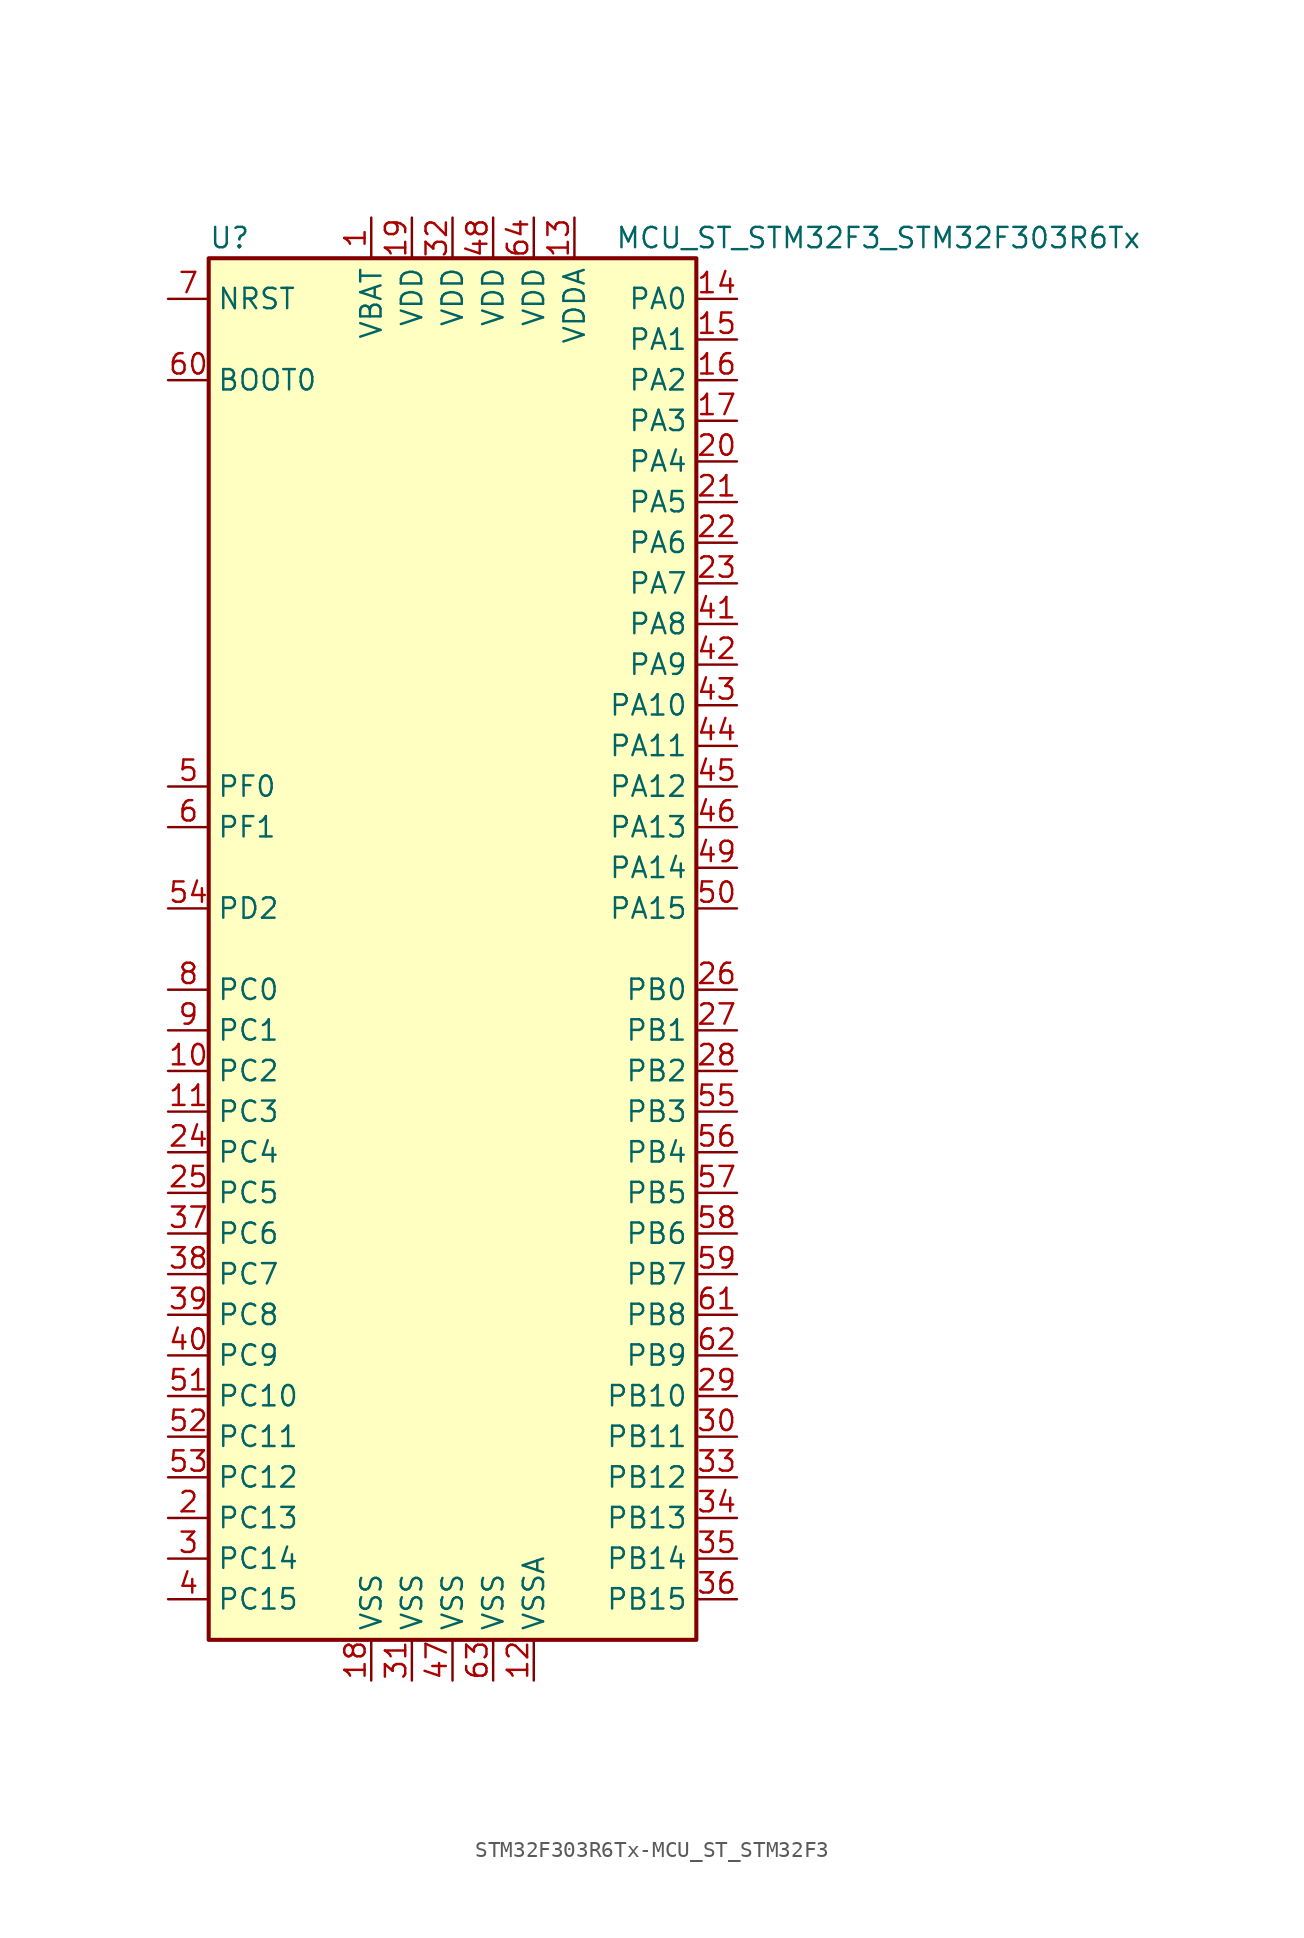
<source format=kicad_sym>
(kicad_symbol_lib
  (version 20231120)
  (generator "kicad_symbol_editor")
  (generator_version "8.0")
  (symbol "STM32F303R6Tx-MCU_ST_STM32F3"
    (property "Reference" "U"
      (at -15.24 44.45 0)
      (effects (font (size 1.27 1.27)) (justify left)))
    (property "Value" "MCU_ST_STM32F3_STM32F303R6Tx"
      (at 10.16 44.45 0)
      (effects (font (size 1.27 1.27)) (justify left)))
    (symbol "STM32F303R6Tx-MCU_ST_STM32F3_0_1"
      (rectangle (start -15.24 -43.18) (end 15.24 43.18) (stroke (width 0.254) (type solid)) (fill (type background))))
    (symbol "STM32F303R6Tx-MCU_ST_STM32F3_1_1"
      (pin power_in line (at -5.08 45.72 270) (length 2.54) (name "VBAT" (effects (font (size 1.27 1.27)))) (number "1" (effects (font (size 1.27 1.27)))))
      (pin bidirectional line (at -17.78 -7.62 0) (length 2.54) (name "PC2" (effects (font (size 1.27 1.27)))) (number "10" (effects (font (size 1.27 1.27)))))
      (pin bidirectional line (at -17.78 -10.16 0) (length 2.54) (name "PC3" (effects (font (size 1.27 1.27)))) (number "11" (effects (font (size 1.27 1.27)))))
      (pin power_in line (at 5.08 -45.72 90) (length 2.54) (name "VSSA" (effects (font (size 1.27 1.27)))) (number "12" (effects (font (size 1.27 1.27)))))
      (pin power_in line (at 7.62 45.72 270) (length 2.54) (name "VDDA" (effects (font (size 1.27 1.27)))) (number "13" (effects (font (size 1.27 1.27)))))
      (pin bidirectional line (at 17.78 40.64 180) (length 2.54) (name "PA0" (effects (font (size 1.27 1.27)))) (number "14" (effects (font (size 1.27 1.27)))))
      (pin bidirectional line (at 17.78 38.1 180) (length 2.54) (name "PA1" (effects (font (size 1.27 1.27)))) (number "15" (effects (font (size 1.27 1.27)))))
      (pin bidirectional line (at 17.78 35.56 180) (length 2.54) (name "PA2" (effects (font (size 1.27 1.27)))) (number "16" (effects (font (size 1.27 1.27)))))
      (pin bidirectional line (at 17.78 33.02 180) (length 2.54) (name "PA3" (effects (font (size 1.27 1.27)))) (number "17" (effects (font (size 1.27 1.27)))))
      (pin power_in line (at -5.08 -45.72 90) (length 2.54) (name "VSS" (effects (font (size 1.27 1.27)))) (number "18" (effects (font (size 1.27 1.27)))))
      (pin power_in line (at -2.54 45.72 270) (length 2.54) (name "VDD" (effects (font (size 1.27 1.27)))) (number "19" (effects (font (size 1.27 1.27)))))
      (pin bidirectional line (at -17.78 -35.56 0) (length 2.54) (name "PC13" (effects (font (size 1.27 1.27)))) (number "2" (effects (font (size 1.27 1.27)))))
      (pin bidirectional line (at 17.78 30.48 180) (length 2.54) (name "PA4" (effects (font (size 1.27 1.27)))) (number "20" (effects (font (size 1.27 1.27)))))
      (pin bidirectional line (at 17.78 27.94 180) (length 2.54) (name "PA5" (effects (font (size 1.27 1.27)))) (number "21" (effects (font (size 1.27 1.27)))))
      (pin bidirectional line (at 17.78 25.4 180) (length 2.54) (name "PA6" (effects (font (size 1.27 1.27)))) (number "22" (effects (font (size 1.27 1.27)))))
      (pin bidirectional line (at 17.78 22.86 180) (length 2.54) (name "PA7" (effects (font (size 1.27 1.27)))) (number "23" (effects (font (size 1.27 1.27)))))
      (pin bidirectional line (at -17.78 -12.7 0) (length 2.54) (name "PC4" (effects (font (size 1.27 1.27)))) (number "24" (effects (font (size 1.27 1.27)))))
      (pin bidirectional line (at -17.78 -15.24 0) (length 2.54) (name "PC5" (effects (font (size 1.27 1.27)))) (number "25" (effects (font (size 1.27 1.27)))))
      (pin bidirectional line (at 17.78 -2.54 180) (length 2.54) (name "PB0" (effects (font (size 1.27 1.27)))) (number "26" (effects (font (size 1.27 1.27)))))
      (pin bidirectional line (at 17.78 -5.08 180) (length 2.54) (name "PB1" (effects (font (size 1.27 1.27)))) (number "27" (effects (font (size 1.27 1.27)))))
      (pin bidirectional line (at 17.78 -7.62 180) (length 2.54) (name "PB2" (effects (font (size 1.27 1.27)))) (number "28" (effects (font (size 1.27 1.27)))))
      (pin bidirectional line (at 17.78 -27.94 180) (length 2.54) (name "PB10" (effects (font (size 1.27 1.27)))) (number "29" (effects (font (size 1.27 1.27)))))
      (pin bidirectional line (at -17.78 -38.1 0) (length 2.54) (name "PC14" (effects (font (size 1.27 1.27)))) (number "3" (effects (font (size 1.27 1.27)))))
      (pin bidirectional line (at 17.78 -30.48 180) (length 2.54) (name "PB11" (effects (font (size 1.27 1.27)))) (number "30" (effects (font (size 1.27 1.27)))))
      (pin power_in line (at -2.54 -45.72 90) (length 2.54) (name "VSS" (effects (font (size 1.27 1.27)))) (number "31" (effects (font (size 1.27 1.27)))))
      (pin power_in line (at 0 45.72 270) (length 2.54) (name "VDD" (effects (font (size 1.27 1.27)))) (number "32" (effects (font (size 1.27 1.27)))))
      (pin bidirectional line (at 17.78 -33.02 180) (length 2.54) (name "PB12" (effects (font (size 1.27 1.27)))) (number "33" (effects (font (size 1.27 1.27)))))
      (pin bidirectional line (at 17.78 -35.56 180) (length 2.54) (name "PB13" (effects (font (size 1.27 1.27)))) (number "34" (effects (font (size 1.27 1.27)))))
      (pin bidirectional line (at 17.78 -38.1 180) (length 2.54) (name "PB14" (effects (font (size 1.27 1.27)))) (number "35" (effects (font (size 1.27 1.27)))))
      (pin bidirectional line (at 17.78 -40.64 180) (length 2.54) (name "PB15" (effects (font (size 1.27 1.27)))) (number "36" (effects (font (size 1.27 1.27)))))
      (pin bidirectional line (at -17.78 -17.78 0) (length 2.54) (name "PC6" (effects (font (size 1.27 1.27)))) (number "37" (effects (font (size 1.27 1.27)))))
      (pin bidirectional line (at -17.78 -20.32 0) (length 2.54) (name "PC7" (effects (font (size 1.27 1.27)))) (number "38" (effects (font (size 1.27 1.27)))))
      (pin bidirectional line (at -17.78 -22.86 0) (length 2.54) (name "PC8" (effects (font (size 1.27 1.27)))) (number "39" (effects (font (size 1.27 1.27)))))
      (pin bidirectional line (at -17.78 -40.64 0) (length 2.54) (name "PC15" (effects (font (size 1.27 1.27)))) (number "4" (effects (font (size 1.27 1.27)))))
      (pin bidirectional line (at -17.78 -25.4 0) (length 2.54) (name "PC9" (effects (font (size 1.27 1.27)))) (number "40" (effects (font (size 1.27 1.27)))))
      (pin bidirectional line (at 17.78 20.32 180) (length 2.54) (name "PA8" (effects (font (size 1.27 1.27)))) (number "41" (effects (font (size 1.27 1.27)))))
      (pin bidirectional line (at 17.78 17.78 180) (length 2.54) (name "PA9" (effects (font (size 1.27 1.27)))) (number "42" (effects (font (size 1.27 1.27)))))
      (pin bidirectional line (at 17.78 15.24 180) (length 2.54) (name "PA10" (effects (font (size 1.27 1.27)))) (number "43" (effects (font (size 1.27 1.27)))))
      (pin bidirectional line (at 17.78 12.7 180) (length 2.54) (name "PA11" (effects (font (size 1.27 1.27)))) (number "44" (effects (font (size 1.27 1.27)))))
      (pin bidirectional line (at 17.78 10.16 180) (length 2.54) (name "PA12" (effects (font (size 1.27 1.27)))) (number "45" (effects (font (size 1.27 1.27)))))
      (pin bidirectional line (at 17.78 7.62 180) (length 2.54) (name "PA13" (effects (font (size 1.27 1.27)))) (number "46" (effects (font (size 1.27 1.27)))))
      (pin power_in line (at 0 -45.72 90) (length 2.54) (name "VSS" (effects (font (size 1.27 1.27)))) (number "47" (effects (font (size 1.27 1.27)))))
      (pin power_in line (at 2.54 45.72 270) (length 2.54) (name "VDD" (effects (font (size 1.27 1.27)))) (number "48" (effects (font (size 1.27 1.27)))))
      (pin bidirectional line (at 17.78 5.08 180) (length 2.54) (name "PA14" (effects (font (size 1.27 1.27)))) (number "49" (effects (font (size 1.27 1.27)))))
      (pin input line (at -17.78 10.16 0) (length 2.54) (name "PF0" (effects (font (size 1.27 1.27)))) (number "5" (effects (font (size 1.27 1.27)))))
      (pin bidirectional line (at 17.78 2.54 180) (length 2.54) (name "PA15" (effects (font (size 1.27 1.27)))) (number "50" (effects (font (size 1.27 1.27)))))
      (pin bidirectional line (at -17.78 -27.94 0) (length 2.54) (name "PC10" (effects (font (size 1.27 1.27)))) (number "51" (effects (font (size 1.27 1.27)))))
      (pin bidirectional line (at -17.78 -30.48 0) (length 2.54) (name "PC11" (effects (font (size 1.27 1.27)))) (number "52" (effects (font (size 1.27 1.27)))))
      (pin bidirectional line (at -17.78 -33.02 0) (length 2.54) (name "PC12" (effects (font (size 1.27 1.27)))) (number "53" (effects (font (size 1.27 1.27)))))
      (pin bidirectional line (at -17.78 2.54 0) (length 2.54) (name "PD2" (effects (font (size 1.27 1.27)))) (number "54" (effects (font (size 1.27 1.27)))))
      (pin bidirectional line (at 17.78 -10.16 180) (length 2.54) (name "PB3" (effects (font (size 1.27 1.27)))) (number "55" (effects (font (size 1.27 1.27)))))
      (pin bidirectional line (at 17.78 -12.7 180) (length 2.54) (name "PB4" (effects (font (size 1.27 1.27)))) (number "56" (effects (font (size 1.27 1.27)))))
      (pin bidirectional line (at 17.78 -15.24 180) (length 2.54) (name "PB5" (effects (font (size 1.27 1.27)))) (number "57" (effects (font (size 1.27 1.27)))))
      (pin bidirectional line (at 17.78 -17.78 180) (length 2.54) (name "PB6" (effects (font (size 1.27 1.27)))) (number "58" (effects (font (size 1.27 1.27)))))
      (pin bidirectional line (at 17.78 -20.32 180) (length 2.54) (name "PB7" (effects (font (size 1.27 1.27)))) (number "59" (effects (font (size 1.27 1.27)))))
      (pin input line (at -17.78 7.62 0) (length 2.54) (name "PF1" (effects (font (size 1.27 1.27)))) (number "6" (effects (font (size 1.27 1.27)))))
      (pin input line (at -17.78 35.56 0) (length 2.54) (name "BOOT0" (effects (font (size 1.27 1.27)))) (number "60" (effects (font (size 1.27 1.27)))))
      (pin bidirectional line (at 17.78 -22.86 180) (length 2.54) (name "PB8" (effects (font (size 1.27 1.27)))) (number "61" (effects (font (size 1.27 1.27)))))
      (pin bidirectional line (at 17.78 -25.4 180) (length 2.54) (name "PB9" (effects (font (size 1.27 1.27)))) (number "62" (effects (font (size 1.27 1.27)))))
      (pin power_in line (at 2.54 -45.72 90) (length 2.54) (name "VSS" (effects (font (size 1.27 1.27)))) (number "63" (effects (font (size 1.27 1.27)))))
      (pin power_in line (at 5.08 45.72 270) (length 2.54) (name "VDD" (effects (font (size 1.27 1.27)))) (number "64" (effects (font (size 1.27 1.27)))))
      (pin input line (at -17.78 40.64 0) (length 2.54) (name "NRST" (effects (font (size 1.27 1.27)))) (number "7" (effects (font (size 1.27 1.27)))))
      (pin bidirectional line (at -17.78 -2.54 0) (length 2.54) (name "PC0" (effects (font (size 1.27 1.27)))) (number "8" (effects (font (size 1.27 1.27)))))
      (pin bidirectional line (at -17.78 -5.08 0) (length 2.54) (name "PC1" (effects (font (size 1.27 1.27)))) (number "9" (effects (font (size 1.27 1.27))))))))
</source>
